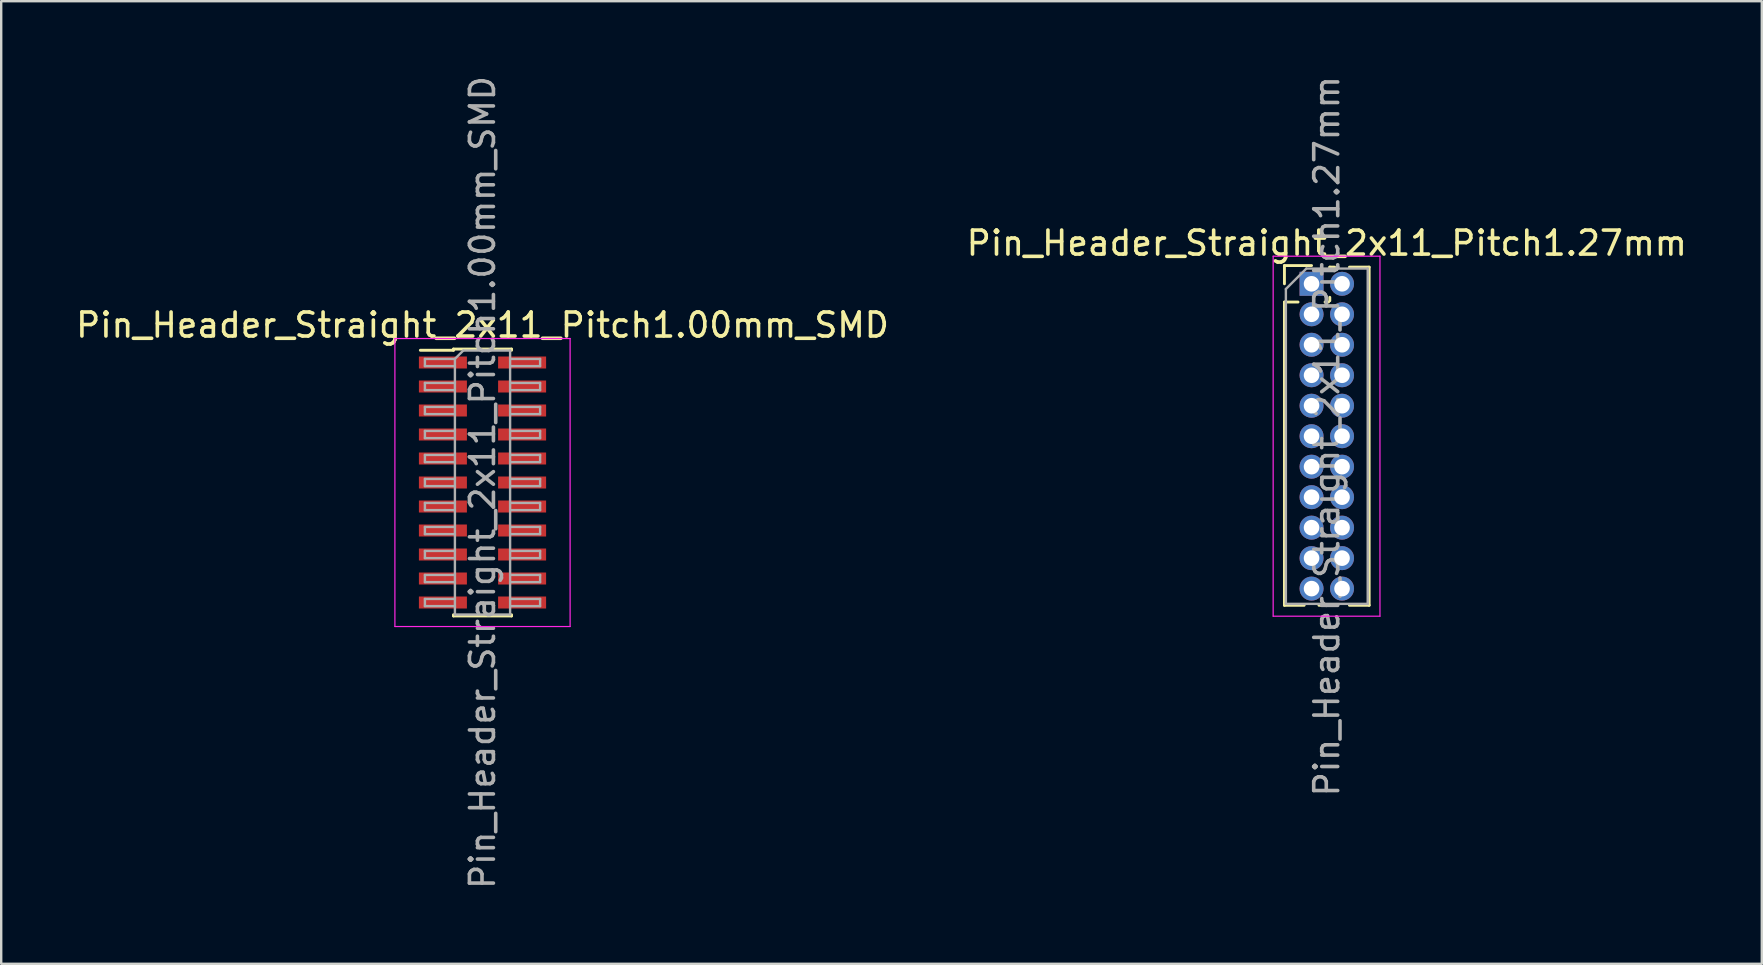
<source format=kicad_pcb>
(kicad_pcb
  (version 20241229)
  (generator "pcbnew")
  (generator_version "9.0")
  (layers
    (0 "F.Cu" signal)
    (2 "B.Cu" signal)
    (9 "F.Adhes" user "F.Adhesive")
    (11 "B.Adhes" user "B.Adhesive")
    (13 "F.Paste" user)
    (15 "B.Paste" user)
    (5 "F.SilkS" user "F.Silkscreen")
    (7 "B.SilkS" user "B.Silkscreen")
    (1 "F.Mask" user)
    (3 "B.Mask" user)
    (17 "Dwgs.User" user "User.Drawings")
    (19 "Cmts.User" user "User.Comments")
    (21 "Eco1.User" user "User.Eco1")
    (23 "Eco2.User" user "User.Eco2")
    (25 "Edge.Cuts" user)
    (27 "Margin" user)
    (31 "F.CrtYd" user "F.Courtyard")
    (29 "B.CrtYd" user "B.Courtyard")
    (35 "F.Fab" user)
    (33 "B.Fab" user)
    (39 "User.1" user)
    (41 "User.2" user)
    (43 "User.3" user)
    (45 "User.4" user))
  (footprint "Pin_Header_Straight_2x11_Pitch1.27mm"
    (layer "F.Cu")
    (at 51.597 8.775)
    (property "Reference" "Pin_Header_Straight_2x11_Pitch1.27mm" (at 0.635 -1.695 0) (layer "F.SilkS") (effects (font (size 1 1) (thickness 0.15))))
    (attr through_hole)
    (fp_line (start -1.13 -0.76) (end 0 -0.76) (stroke (width 0.12) (type solid)) (layer "F.SilkS"))
    (fp_line (start -1.13 0) (end -1.13 -0.76) (stroke (width 0.12) (type solid)) (layer "F.SilkS"))
    (fp_line (start -1.13 0.76) (end -1.13 13.395) (stroke (width 0.12) (type solid)) (layer "F.SilkS"))
    (fp_line (start -1.13 0.76) (end -0.563 0.76) (stroke (width 0.12) (type solid)) (layer "F.SilkS"))
    (fp_line (start -1.13 13.395) (end -0.308 13.395) (stroke (width 0.12) (type solid)) (layer "F.SilkS"))
    (fp_line (start 0.308 13.395) (end 0.962 13.395) (stroke (width 0.12) (type solid)) (layer "F.SilkS"))
    (fp_line (start 0.563 0.76) (end 0.707 0.76) (stroke (width 0.12) (type solid)) (layer "F.SilkS"))
    (fp_line (start 0.76 -0.695) (end 0.962 -0.695) (stroke (width 0.12) (type solid)) (layer "F.SilkS"))
    (fp_line (start 0.76 -0.563) (end 0.76 -0.695) (stroke (width 0.12) (type solid)) (layer "F.SilkS"))
    (fp_line (start 0.76 0.707) (end 0.76 0.563) (stroke (width 0.12) (type solid)) (layer "F.SilkS"))
    (fp_line (start 1.578 -0.695) (end 2.4 -0.695) (stroke (width 0.12) (type solid)) (layer "F.SilkS"))
    (fp_line (start 1.578 13.395) (end 2.4 13.395) (stroke (width 0.12) (type solid)) (layer "F.SilkS"))
    (fp_line (start 2.4 -0.695) (end 2.4 13.395) (stroke (width 0.12) (type solid)) (layer "F.SilkS"))
    (fp_line (start -1.6 -1.15) (end -1.6 13.85) (stroke (width 0.05) (type solid)) (layer "F.CrtYd"))
    (fp_line (start -1.6 13.85) (end 2.85 13.85) (stroke (width 0.05) (type solid)) (layer "F.CrtYd"))
    (fp_line (start 2.85 -1.15) (end -1.6 -1.15) (stroke (width 0.05) (type solid)) (layer "F.CrtYd"))
    (fp_line (start 2.85 13.85) (end 2.85 -1.15) (stroke (width 0.05) (type solid)) (layer "F.CrtYd"))
    (fp_line (start -1.07 0.217) (end -0.217 -0.635) (stroke (width 0.1) (type solid)) (layer "F.Fab"))
    (fp_line (start -1.07 13.335) (end -1.07 0.217) (stroke (width 0.1) (type solid)) (layer "F.Fab"))
    (fp_line (start -0.217 -0.635) (end 2.34 -0.635) (stroke (width 0.1) (type solid)) (layer "F.Fab"))
    (fp_line (start 2.34 -0.635) (end 2.34 13.335) (stroke (width 0.1) (type solid)) (layer "F.Fab"))
    (fp_line (start 2.34 13.335) (end -1.07 13.335) (stroke (width 0.1) (type solid)) (layer "F.Fab"))
    (fp_text user "${REFERENCE}" (at 0.635 6.35 90) (layer "F.Fab") (effects (font (size 1 1) (thickness 0.15))))
    (pad "1" thru_hole rect (at 0 0) (size 1 1) (drill 0.65) (layers "*.Cu" "*.Mask"))
    (pad "2" thru_hole oval (at 1.27 0) (size 1 1) (drill 0.65) (layers "*.Cu" "*.Mask"))
    (pad "3" thru_hole oval (at 0 1.27) (size 1 1) (drill 0.65) (layers "*.Cu" "*.Mask"))
    (pad "4" thru_hole oval (at 1.27 1.27) (size 1 1) (drill 0.65) (layers "*.Cu" "*.Mask"))
    (pad "5" thru_hole oval (at 0 2.54) (size 1 1) (drill 0.65) (layers "*.Cu" "*.Mask"))
    (pad "6" thru_hole oval (at 1.27 2.54) (size 1 1) (drill 0.65) (layers "*.Cu" "*.Mask"))
    (pad "7" thru_hole oval (at 0 3.81) (size 1 1) (drill 0.65) (layers "*.Cu" "*.Mask"))
    (pad "8" thru_hole oval (at 1.27 3.81) (size 1 1) (drill 0.65) (layers "*.Cu" "*.Mask"))
    (pad "9" thru_hole oval (at 0 5.08) (size 1 1) (drill 0.65) (layers "*.Cu" "*.Mask"))
    (pad "10" thru_hole oval (at 1.27 5.08) (size 1 1) (drill 0.65) (layers "*.Cu" "*.Mask"))
    (pad "11" thru_hole oval (at 0 6.35) (size 1 1) (drill 0.65) (layers "*.Cu" "*.Mask"))
    (pad "12" thru_hole oval (at 1.27 6.35) (size 1 1) (drill 0.65) (layers "*.Cu" "*.Mask"))
    (pad "13" thru_hole oval (at 0 7.62) (size 1 1) (drill 0.65) (layers "*.Cu" "*.Mask"))
    (pad "14" thru_hole oval (at 1.27 7.62) (size 1 1) (drill 0.65) (layers "*.Cu" "*.Mask"))
    (pad "15" thru_hole oval (at 0 8.89) (size 1 1) (drill 0.65) (layers "*.Cu" "*.Mask"))
    (pad "16" thru_hole oval (at 1.27 8.89) (size 1 1) (drill 0.65) (layers "*.Cu" "*.Mask"))
    (pad "17" thru_hole oval (at 0 10.16) (size 1 1) (drill 0.65) (layers "*.Cu" "*.Mask"))
    (pad "18" thru_hole oval (at 1.27 10.16) (size 1 1) (drill 0.65) (layers "*.Cu" "*.Mask"))
    (pad "19" thru_hole oval (at 0 11.43) (size 1 1) (drill 0.65) (layers "*.Cu" "*.Mask"))
    (pad "20" thru_hole oval (at 1.27 11.43) (size 1 1) (drill 0.65) (layers "*.Cu" "*.Mask"))
    (pad "21" thru_hole oval (at 0 12.7) (size 1 1) (drill 0.65) (layers "*.Cu" "*.Mask"))
    (pad "22" thru_hole oval (at 1.27 12.7) (size 1 1) (drill 0.65) (layers "*.Cu" "*.Mask")))
  (footprint "Pin_Header_Straight_2x11_Pitch1.00mm_SMD"
    (layer "F.Cu")
    (at 17.054 17.054)
    (property "Reference" "Pin_Header_Straight_2x11_Pitch1.00mm_SMD" (at 0 -6.56 0) (layer "F.SilkS") (effects (font (size 1 1) (thickness 0.15))))
    (attr smd)
    (fp_line (start -2.59 -5.51) (end -1.21 -5.51) (stroke (width 0.12) (type solid)) (layer "F.SilkS"))
    (fp_line (start -1.21 -5.56) (end -1.21 -5.51) (stroke (width 0.12) (type solid)) (layer "F.SilkS"))
    (fp_line (start -1.21 -5.56) (end 1.21 -5.56) (stroke (width 0.12) (type solid)) (layer "F.SilkS"))
    (fp_line (start -1.21 5.51) (end -1.21 5.56) (stroke (width 0.12) (type solid)) (layer "F.SilkS"))
    (fp_line (start -1.21 5.56) (end 1.21 5.56) (stroke (width 0.12) (type solid)) (layer "F.SilkS"))
    (fp_line (start 1.21 -5.56) (end 1.21 -5.51) (stroke (width 0.12) (type solid)) (layer "F.SilkS"))
    (fp_line (start 1.21 5.51) (end 1.21 5.56) (stroke (width 0.12) (type solid)) (layer "F.SilkS"))
    (fp_line (start -3.65 -6) (end -3.65 6) (stroke (width 0.05) (type solid)) (layer "F.CrtYd"))
    (fp_line (start -3.65 6) (end 3.65 6) (stroke (width 0.05) (type solid)) (layer "F.CrtYd"))
    (fp_line (start 3.65 -6) (end -3.65 -6) (stroke (width 0.05) (type solid)) (layer "F.CrtYd"))
    (fp_line (start 3.65 6) (end 3.65 -6) (stroke (width 0.05) (type solid)) (layer "F.CrtYd"))
    (fp_line (start -2.4 -5.15) (end -2.4 -4.85) (stroke (width 0.1) (type solid)) (layer "F.Fab"))
    (fp_line (start -2.4 -4.85) (end -1.15 -4.85) (stroke (width 0.1) (type solid)) (layer "F.Fab"))
    (fp_line (start -2.4 -4.15) (end -2.4 -3.85) (stroke (width 0.1) (type solid)) (layer "F.Fab"))
    (fp_line (start -2.4 -3.85) (end -1.15 -3.85) (stroke (width 0.1) (type solid)) (layer "F.Fab"))
    (fp_line (start -2.4 -3.15) (end -2.4 -2.85) (stroke (width 0.1) (type solid)) (layer "F.Fab"))
    (fp_line (start -2.4 -2.85) (end -1.15 -2.85) (stroke (width 0.1) (type solid)) (layer "F.Fab"))
    (fp_line (start -2.4 -2.15) (end -2.4 -1.85) (stroke (width 0.1) (type solid)) (layer "F.Fab"))
    (fp_line (start -2.4 -1.85) (end -1.15 -1.85) (stroke (width 0.1) (type solid)) (layer "F.Fab"))
    (fp_line (start -2.4 -1.15) (end -2.4 -0.85) (stroke (width 0.1) (type solid)) (layer "F.Fab"))
    (fp_line (start -2.4 -0.85) (end -1.15 -0.85) (stroke (width 0.1) (type solid)) (layer "F.Fab"))
    (fp_line (start -2.4 -0.15) (end -2.4 0.15) (stroke (width 0.1) (type solid)) (layer "F.Fab"))
    (fp_line (start -2.4 0.15) (end -1.15 0.15) (stroke (width 0.1) (type solid)) (layer "F.Fab"))
    (fp_line (start -2.4 0.85) (end -2.4 1.15) (stroke (width 0.1) (type solid)) (layer "F.Fab"))
    (fp_line (start -2.4 1.15) (end -1.15 1.15) (stroke (width 0.1) (type solid)) (layer "F.Fab"))
    (fp_line (start -2.4 1.85) (end -2.4 2.15) (stroke (width 0.1) (type solid)) (layer "F.Fab"))
    (fp_line (start -2.4 2.15) (end -1.15 2.15) (stroke (width 0.1) (type solid)) (layer "F.Fab"))
    (fp_line (start -2.4 2.85) (end -2.4 3.15) (stroke (width 0.1) (type solid)) (layer "F.Fab"))
    (fp_line (start -2.4 3.15) (end -1.15 3.15) (stroke (width 0.1) (type solid)) (layer "F.Fab"))
    (fp_line (start -2.4 3.85) (end -2.4 4.15) (stroke (width 0.1) (type solid)) (layer "F.Fab"))
    (fp_line (start -2.4 4.15) (end -1.15 4.15) (stroke (width 0.1) (type solid)) (layer "F.Fab"))
    (fp_line (start -2.4 4.85) (end -2.4 5.15) (stroke (width 0.1) (type solid)) (layer "F.Fab"))
    (fp_line (start -2.4 5.15) (end -1.15 5.15) (stroke (width 0.1) (type solid)) (layer "F.Fab"))
    (fp_line (start -1.15 -5.15) (end -2.4 -5.15) (stroke (width 0.1) (type solid)) (layer "F.Fab"))
    (fp_line (start -1.15 -5.15) (end -0.8 -5.5) (stroke (width 0.1) (type solid)) (layer "F.Fab"))
    (fp_line (start -1.15 -4.15) (end -2.4 -4.15) (stroke (width 0.1) (type solid)) (layer "F.Fab"))
    (fp_line (start -1.15 -3.15) (end -2.4 -3.15) (stroke (width 0.1) (type solid)) (layer "F.Fab"))
    (fp_line (start -1.15 -2.15) (end -2.4 -2.15) (stroke (width 0.1) (type solid)) (layer "F.Fab"))
    (fp_line (start -1.15 -1.15) (end -2.4 -1.15) (stroke (width 0.1) (type solid)) (layer "F.Fab"))
    (fp_line (start -1.15 -0.15) (end -2.4 -0.15) (stroke (width 0.1) (type solid)) (layer "F.Fab"))
    (fp_line (start -1.15 0.85) (end -2.4 0.85) (stroke (width 0.1) (type solid)) (layer "F.Fab"))
    (fp_line (start -1.15 1.85) (end -2.4 1.85) (stroke (width 0.1) (type solid)) (layer "F.Fab"))
    (fp_line (start -1.15 2.85) (end -2.4 2.85) (stroke (width 0.1) (type solid)) (layer "F.Fab"))
    (fp_line (start -1.15 3.85) (end -2.4 3.85) (stroke (width 0.1) (type solid)) (layer "F.Fab"))
    (fp_line (start -1.15 4.85) (end -2.4 4.85) (stroke (width 0.1) (type solid)) (layer "F.Fab"))
    (fp_line (start -1.15 5.5) (end -1.15 -5.15) (stroke (width 0.1) (type solid)) (layer "F.Fab"))
    (fp_line (start -0.8 -5.5) (end 1.15 -5.5) (stroke (width 0.1) (type solid)) (layer "F.Fab"))
    (fp_line (start 1.15 -5.5) (end 1.15 5.5) (stroke (width 0.1) (type solid)) (layer "F.Fab"))
    (fp_line (start 1.15 -5.15) (end 2.4 -5.15) (stroke (width 0.1) (type solid)) (layer "F.Fab"))
    (fp_line (start 1.15 -4.15) (end 2.4 -4.15) (stroke (width 0.1) (type solid)) (layer "F.Fab"))
    (fp_line (start 1.15 -3.15) (end 2.4 -3.15) (stroke (width 0.1) (type solid)) (layer "F.Fab"))
    (fp_line (start 1.15 -2.15) (end 2.4 -2.15) (stroke (width 0.1) (type solid)) (layer "F.Fab"))
    (fp_line (start 1.15 -1.15) (end 2.4 -1.15) (stroke (width 0.1) (type solid)) (layer "F.Fab"))
    (fp_line (start 1.15 -0.15) (end 2.4 -0.15) (stroke (width 0.1) (type solid)) (layer "F.Fab"))
    (fp_line (start 1.15 0.85) (end 2.4 0.85) (stroke (width 0.1) (type solid)) (layer "F.Fab"))
    (fp_line (start 1.15 1.85) (end 2.4 1.85) (stroke (width 0.1) (type solid)) (layer "F.Fab"))
    (fp_line (start 1.15 2.85) (end 2.4 2.85) (stroke (width 0.1) (type solid)) (layer "F.Fab"))
    (fp_line (start 1.15 3.85) (end 2.4 3.85) (stroke (width 0.1) (type solid)) (layer "F.Fab"))
    (fp_line (start 1.15 4.85) (end 2.4 4.85) (stroke (width 0.1) (type solid)) (layer "F.Fab"))
    (fp_line (start 1.15 5.5) (end -1.15 5.5) (stroke (width 0.1) (type solid)) (layer "F.Fab"))
    (fp_line (start 2.4 -5.15) (end 2.4 -4.85) (stroke (width 0.1) (type solid)) (layer "F.Fab"))
    (fp_line (start 2.4 -4.85) (end 1.15 -4.85) (stroke (width 0.1) (type solid)) (layer "F.Fab"))
    (fp_line (start 2.4 -4.15) (end 2.4 -3.85) (stroke (width 0.1) (type solid)) (layer "F.Fab"))
    (fp_line (start 2.4 -3.85) (end 1.15 -3.85) (stroke (width 0.1) (type solid)) (layer "F.Fab"))
    (fp_line (start 2.4 -3.15) (end 2.4 -2.85) (stroke (width 0.1) (type solid)) (layer "F.Fab"))
    (fp_line (start 2.4 -2.85) (end 1.15 -2.85) (stroke (width 0.1) (type solid)) (layer "F.Fab"))
    (fp_line (start 2.4 -2.15) (end 2.4 -1.85) (stroke (width 0.1) (type solid)) (layer "F.Fab"))
    (fp_line (start 2.4 -1.85) (end 1.15 -1.85) (stroke (width 0.1) (type solid)) (layer "F.Fab"))
    (fp_line (start 2.4 -1.15) (end 2.4 -0.85) (stroke (width 0.1) (type solid)) (layer "F.Fab"))
    (fp_line (start 2.4 -0.85) (end 1.15 -0.85) (stroke (width 0.1) (type solid)) (layer "F.Fab"))
    (fp_line (start 2.4 -0.15) (end 2.4 0.15) (stroke (width 0.1) (type solid)) (layer "F.Fab"))
    (fp_line (start 2.4 0.15) (end 1.15 0.15) (stroke (width 0.1) (type solid)) (layer "F.Fab"))
    (fp_line (start 2.4 0.85) (end 2.4 1.15) (stroke (width 0.1) (type solid)) (layer "F.Fab"))
    (fp_line (start 2.4 1.15) (end 1.15 1.15) (stroke (width 0.1) (type solid)) (layer "F.Fab"))
    (fp_line (start 2.4 1.85) (end 2.4 2.15) (stroke (width 0.1) (type solid)) (layer "F.Fab"))
    (fp_line (start 2.4 2.15) (end 1.15 2.15) (stroke (width 0.1) (type solid)) (layer "F.Fab"))
    (fp_line (start 2.4 2.85) (end 2.4 3.15) (stroke (width 0.1) (type solid)) (layer "F.Fab"))
    (fp_line (start 2.4 3.15) (end 1.15 3.15) (stroke (width 0.1) (type solid)) (layer "F.Fab"))
    (fp_line (start 2.4 3.85) (end 2.4 4.15) (stroke (width 0.1) (type solid)) (layer "F.Fab"))
    (fp_line (start 2.4 4.15) (end 1.15 4.15) (stroke (width 0.1) (type solid)) (layer "F.Fab"))
    (fp_line (start 2.4 4.85) (end 2.4 5.15) (stroke (width 0.1) (type solid)) (layer "F.Fab"))
    (fp_line (start 2.4 5.15) (end 1.15 5.15) (stroke (width 0.1) (type solid)) (layer "F.Fab"))
    (fp_text user "${REFERENCE}" (at 0 0 90) (layer "F.Fab") (effects (font (size 1 1) (thickness 0.15))))
    (pad "1" smd rect (at -1.65 -5) (size 2 0.5) (layers "F.Cu" "F.Mask" "F.Paste"))
    (pad "2" smd rect (at 1.65 -5) (size 2 0.5) (layers "F.Cu" "F.Mask" "F.Paste"))
    (pad "3" smd rect (at -1.65 -4) (size 2 0.5) (layers "F.Cu" "F.Mask" "F.Paste"))
    (pad "4" smd rect (at 1.65 -4) (size 2 0.5) (layers "F.Cu" "F.Mask" "F.Paste"))
    (pad "5" smd rect (at -1.65 -3) (size 2 0.5) (layers "F.Cu" "F.Mask" "F.Paste"))
    (pad "6" smd rect (at 1.65 -3) (size 2 0.5) (layers "F.Cu" "F.Mask" "F.Paste"))
    (pad "7" smd rect (at -1.65 -2) (size 2 0.5) (layers "F.Cu" "F.Mask" "F.Paste"))
    (pad "8" smd rect (at 1.65 -2) (size 2 0.5) (layers "F.Cu" "F.Mask" "F.Paste"))
    (pad "9" smd rect (at -1.65 -1) (size 2 0.5) (layers "F.Cu" "F.Mask" "F.Paste"))
    (pad "10" smd rect (at 1.65 -1) (size 2 0.5) (layers "F.Cu" "F.Mask" "F.Paste"))
    (pad "11" smd rect (at -1.65 0) (size 2 0.5) (layers "F.Cu" "F.Mask" "F.Paste"))
    (pad "12" smd rect (at 1.65 0) (size 2 0.5) (layers "F.Cu" "F.Mask" "F.Paste"))
    (pad "13" smd rect (at -1.65 1) (size 2 0.5) (layers "F.Cu" "F.Mask" "F.Paste"))
    (pad "14" smd rect (at 1.65 1) (size 2 0.5) (layers "F.Cu" "F.Mask" "F.Paste"))
    (pad "15" smd rect (at -1.65 2) (size 2 0.5) (layers "F.Cu" "F.Mask" "F.Paste"))
    (pad "16" smd rect (at 1.65 2) (size 2 0.5) (layers "F.Cu" "F.Mask" "F.Paste"))
    (pad "17" smd rect (at -1.65 3) (size 2 0.5) (layers "F.Cu" "F.Mask" "F.Paste"))
    (pad "18" smd rect (at 1.65 3) (size 2 0.5) (layers "F.Cu" "F.Mask" "F.Paste"))
    (pad "19" smd rect (at -1.65 4) (size 2 0.5) (layers "F.Cu" "F.Mask" "F.Paste"))
    (pad "20" smd rect (at 1.65 4) (size 2 0.5) (layers "F.Cu" "F.Mask" "F.Paste"))
    (pad "21" smd rect (at -1.65 5) (size 2 0.5) (layers "F.Cu" "F.Mask" "F.Paste"))
    (pad "22" smd rect (at 1.65 5) (size 2 0.5) (layers "F.Cu" "F.Mask" "F.Paste")))
  (gr_rect
    (start -3 -3)
    (end 70.357 37.107)
    (stroke (width 0.1) (type default))
    (fill no)
    (layer "Edge.Cuts")))
</source>
